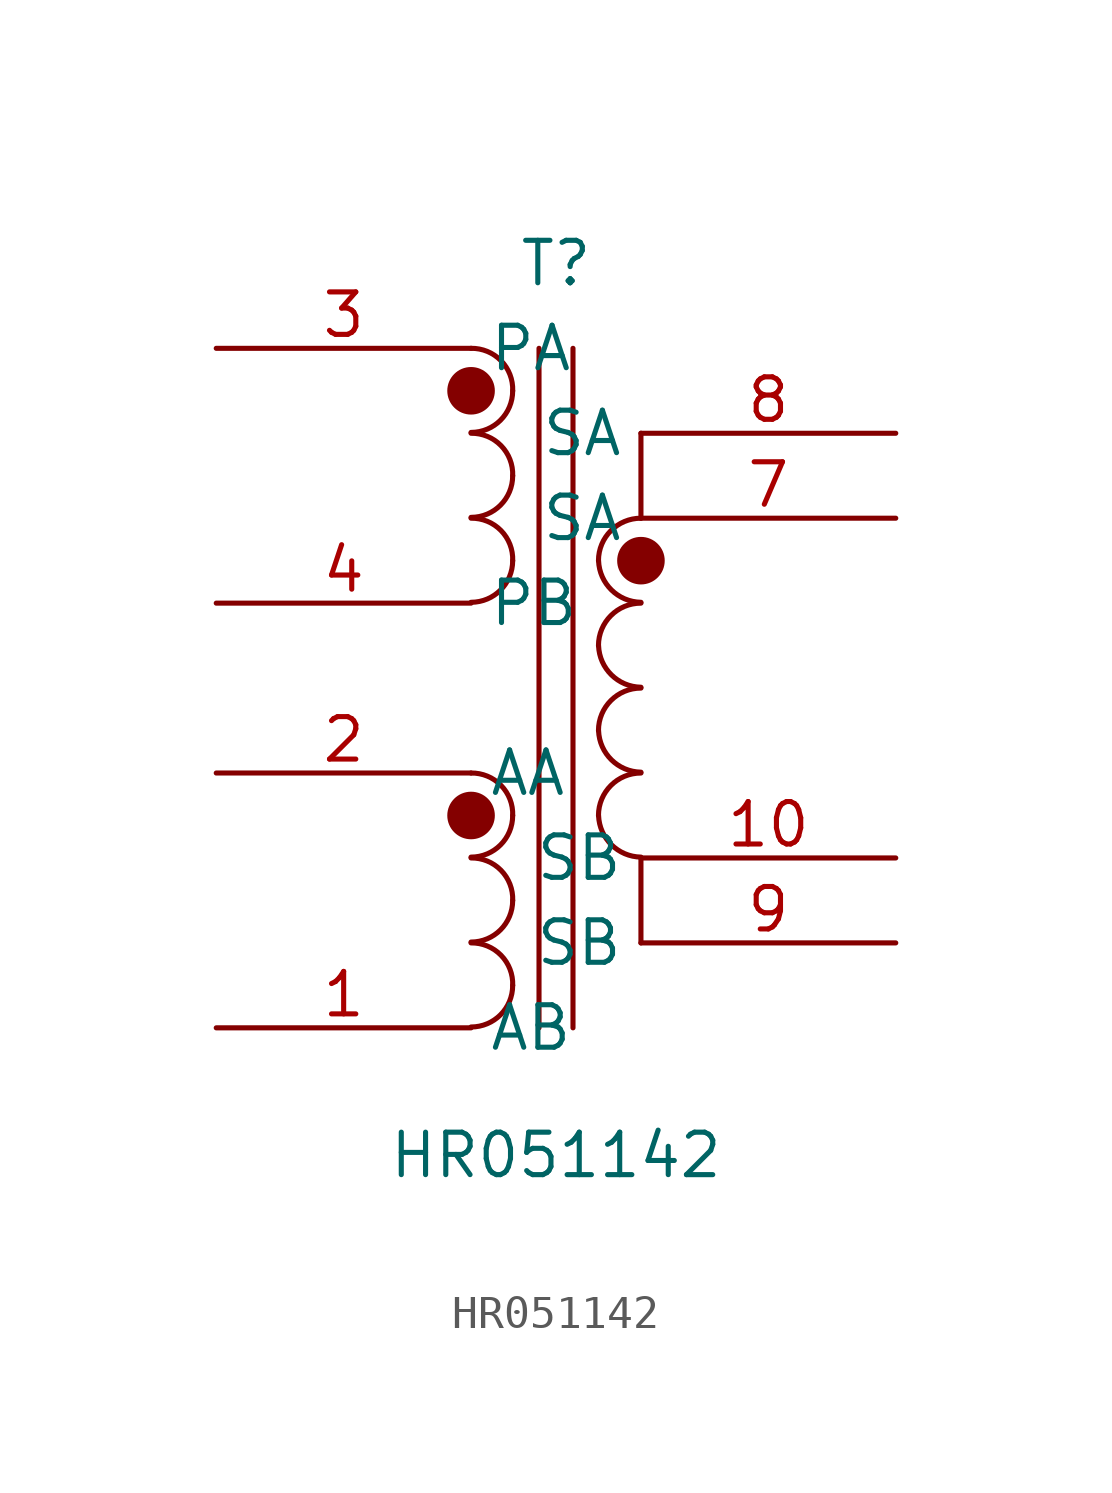
<source format=kicad_sym>
(kicad_symbol_lib
  (version 20211014)
  (generator kicad_symbol_editor)
  (symbol "HR051142"
    (property "Reference" "T"
      (at 0 12.7 0)
      (effects (font (size 1.27 1.27))))
    (property "Value" "HR051142"
      (at 0 -13.97 0)
      (effects (font (size 1.27 1.27))))
    (symbol "HR051142_0_1"
      (arc (start -2.54 -10.1346) (mid -1.6599 -9.7701) (end -1.2954 -8.89) (stroke (width 0) (type default) (color 0 0 0 0)) (fill (type none)))
      (arc (start -2.54 -7.5946) (mid -1.6599 -7.2301) (end -1.2954 -6.35) (stroke (width 0) (type default) (color 0 0 0 0)) (fill (type none)))
      (arc (start -2.54 -5.0546) (mid -1.6599 -4.6901) (end -1.2954 -3.81) (stroke (width 0) (type default) (color 0 0 0 0)) (fill (type none)))
      (circle (center -2.54 -3.81) (radius 0.635) (stroke (width 0) (type default) (color 0 0 0 0)) (fill (type outline)))
      (arc (start -2.54 2.5654) (mid -1.6599 2.9299) (end -1.2954 3.81) (stroke (width 0) (type default) (color 0 0 0 0)) (fill (type none)))
      (arc (start -2.54 5.1054) (mid -1.6599 5.4699) (end -1.2954 6.35) (stroke (width 0) (type default) (color 0 0 0 0)) (fill (type none)))
      (arc (start -2.54 7.6454) (mid -1.6599 8.0099) (end -1.2954 8.89) (stroke (width 0) (type default) (color 0 0 0 0)) (fill (type none)))
      (circle (center -2.54 8.89) (radius 0.635) (stroke (width 0) (type default) (color 0 0 0 0)) (fill (type outline)))
      (arc (start -1.2954 -8.89) (mid -1.6457 -7.9883) (end -2.54 -7.62) (stroke (width 0) (type default) (color 0 0 0 0)) (fill (type none)))
      (arc (start -1.2954 -6.35) (mid -1.6457 -5.4483) (end -2.54 -5.08) (stroke (width 0) (type default) (color 0 0 0 0)) (fill (type none)))
      (arc (start -1.2954 -3.81) (mid -1.6457 -2.9083) (end -2.54 -2.54) (stroke (width 0) (type default) (color 0 0 0 0)) (fill (type none)))
      (arc (start -1.2954 3.81) (mid -1.6457 4.7117) (end -2.54 5.08) (stroke (width 0) (type default) (color 0 0 0 0)) (fill (type none)))
      (arc (start -1.2954 6.35) (mid -1.6457 7.2517) (end -2.54 7.62) (stroke (width 0) (type default) (color 0 0 0 0)) (fill (type none)))
      (arc (start -1.2954 8.89) (mid -1.6457 9.7917) (end -2.54 10.16) (stroke (width 0) (type default) (color 0 0 0 0)) (fill (type none)))
      (polyline (pts (xy -0.508 10.16) (xy -0.508 -10.16)) (stroke (width 0) (type default) (color 0 0 0 0)) (fill (type none)))
      (polyline (pts (xy 0.508 -10.16) (xy 0.508 10.16)) (stroke (width 0) (type default) (color 0 0 0 0)) (fill (type none)))
      (polyline (pts (xy 2.54 -7.62) (xy 2.54 -5.08)) (stroke (width 0) (type default) (color 0 0 0 0)) (fill (type none)))
      (polyline (pts (xy 2.54 5.08) (xy 2.54 7.62)) (stroke (width 0) (type default) (color 0 0 0 0)) (fill (type none)))
      (arc (start 1.27 -3.81) (mid 1.656 -4.6864) (end 2.54 -5.0546) (stroke (width 0) (type default) (color 0 0 0 0)) (fill (type none)))
      (arc (start 1.27 -1.27) (mid 1.656 -2.1464) (end 2.54 -2.5146) (stroke (width 0) (type default) (color 0 0 0 0)) (fill (type none)))
      (arc (start 1.27 1.27) (mid 1.656 0.3936) (end 2.54 0.0254) (stroke (width 0) (type default) (color 0 0 0 0)) (fill (type none)))
      (arc (start 1.27 3.81) (mid 1.656 2.9336) (end 2.54 2.5654) (stroke (width 0) (type default) (color 0 0 0 0)) (fill (type none)))
      (arc (start 2.54 -2.54) (mid 1.642 -2.912) (end 1.27 -3.81) (stroke (width 0) (type default) (color 0 0 0 0)) (fill (type none)))
      (arc (start 2.54 0) (mid 1.642 -0.372) (end 1.27 -1.27) (stroke (width 0) (type default) (color 0 0 0 0)) (fill (type none)))
      (arc (start 2.54 2.54) (mid 1.642 2.168) (end 1.27 1.27) (stroke (width 0) (type default) (color 0 0 0 0)) (fill (type none)))
      (circle (center 2.54 3.81) (radius 0.635) (stroke (width 0) (type default) (color 0 0 0 0)) (fill (type outline)))
      (arc (start 2.54 5.08) (mid 1.642 4.708) (end 1.27 3.81) (stroke (width 0) (type default) (color 0 0 0 0)) (fill (type none))))
    (symbol "HR051142_1_1"
      (pin passive line (at -10.16 -10.16 0) (length 7.62) (name "AB" (effects (font (size 1.27 1.27)))) (number "1" (effects (font (size 1.27 1.27)))))
      (pin passive line (at 10.16 -5.08 180) (length 7.62) (name "SB" (effects (font (size 1.27 1.27)))) (number "10" (effects (font (size 1.27 1.27)))))
      (pin passive line (at -10.16 -2.54 0) (length 7.62) (name "AA" (effects (font (size 1.27 1.27)))) (number "2" (effects (font (size 1.27 1.27)))))
      (pin passive line (at -10.16 10.16 0) (length 7.62) (name "PA" (effects (font (size 1.27 1.27)))) (number "3" (effects (font (size 1.27 1.27)))))
      (pin passive line (at -10.16 2.54 0) (length 7.62) (name "PB" (effects (font (size 1.27 1.27)))) (number "4" (effects (font (size 1.27 1.27)))))
      (pin passive line (at 10.16 5.08 180) (length 7.62) (name "SA" (effects (font (size 1.27 1.27)))) (number "7" (effects (font (size 1.27 1.27)))))
      (pin passive line (at 10.16 7.62 180) (length 7.62) (name "SA" (effects (font (size 1.27 1.27)))) (number "8" (effects (font (size 1.27 1.27)))))
      (pin passive line (at 10.16 -7.62 180) (length 7.62) (name "SB" (effects (font (size 1.27 1.27)))) (number "9" (effects (font (size 1.27 1.27))))))))
</source>
